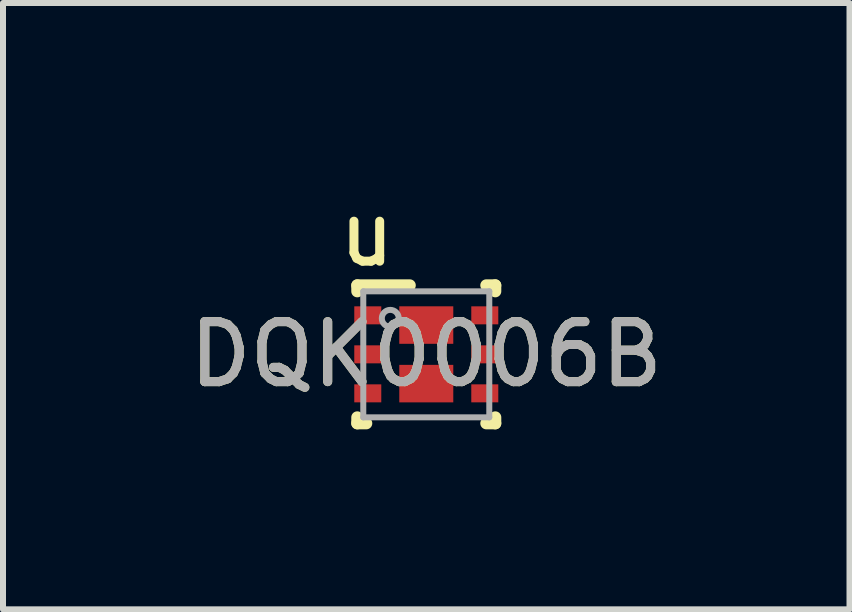
<source format=kicad_pcb>
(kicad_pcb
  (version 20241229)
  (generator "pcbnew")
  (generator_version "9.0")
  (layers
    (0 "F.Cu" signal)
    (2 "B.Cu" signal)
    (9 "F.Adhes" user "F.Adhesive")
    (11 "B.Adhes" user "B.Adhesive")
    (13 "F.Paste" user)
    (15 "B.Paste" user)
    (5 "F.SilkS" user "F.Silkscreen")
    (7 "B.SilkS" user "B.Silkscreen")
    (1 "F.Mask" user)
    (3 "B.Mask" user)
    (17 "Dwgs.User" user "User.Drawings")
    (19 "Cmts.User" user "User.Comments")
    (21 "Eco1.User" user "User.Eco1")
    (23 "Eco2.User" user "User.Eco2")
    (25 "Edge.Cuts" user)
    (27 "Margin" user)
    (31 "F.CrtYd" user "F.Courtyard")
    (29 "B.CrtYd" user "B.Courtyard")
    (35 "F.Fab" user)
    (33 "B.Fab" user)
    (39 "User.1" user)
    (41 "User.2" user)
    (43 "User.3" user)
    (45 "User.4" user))
  (footprint "DQK0006B"
    (layer "F.Cu")
    (at 4.054 2.855)
    (property "Reference" "DQK0006B" (at 0 0 0) (unlocked yes) (layer "F.SilkS") (effects (font (size 1 1) (thickness 0.15))))
    (attr smd)
    (fp_line (start -1.15 -1.15) (end -0.275 -1.15) (stroke (width 0.2) (type solid)) (layer "F.SilkS"))
    (fp_line (start -1.15 -1.05) (end -1.15 -1.15) (stroke (width 0.2) (type solid)) (layer "F.SilkS"))
    (fp_line (start -1.15 1.15) (end -1.15 1.05) (stroke (width 0.2) (type solid)) (layer "F.SilkS"))
    (fp_line (start -1.15 1.15) (end -1 1.15) (stroke (width 0.2) (type solid)) (layer "F.SilkS"))
    (fp_line (start 1 -1.15) (end 1.15 -1.15) (stroke (width 0.2) (type solid)) (layer "F.SilkS"))
    (fp_line (start 1 1.15) (end 1.15 1.15) (stroke (width 0.2) (type solid)) (layer "F.SilkS"))
    (fp_line (start 1.15 -1.05) (end 1.15 -1.15) (stroke (width 0.2) (type solid)) (layer "F.SilkS"))
    (fp_line (start 1.15 1.15) (end 1.15 1.05) (stroke (width 0.2) (type solid)) (layer "F.SilkS"))
    (fp_line (start -1.05 -1.05) (end 1.05 -1.05) (stroke (width 0.1) (type solid)) (layer "F.Fab"))
    (fp_line (start -1.05 1.05) (end -1.05 -1.05) (stroke (width 0.1) (type solid)) (layer "F.Fab"))
    (fp_line (start -1.05 1.05) (end 1.05 1.05) (stroke (width 0.1) (type solid)) (layer "F.Fab"))
    (fp_line (start 1.05 1.05) (end 1.05 -1.05) (stroke (width 0.1) (type solid)) (layer "F.Fab"))
    (fp_circle (center -0.6 -0.6) (end -0.459 -0.6) (stroke (width 0.1) (type solid)) (fill no) (layer "F.Fab"))
    (fp_text user "u" (at -0.991 -2.007 0) (unlocked yes) (layer "F.SilkS") (effects (font (size 1 1) (thickness 0.15))))
    (fp_text user "${REFERENCE}" (at 0 0 0) (unlocked yes) (layer "F.Fab") (effects (font (size 1 1) (thickness 0.15))))
    (pad "1" smd rect (at -0.975 -0.65) (size 0.45 0.3) (layers "F.Cu" "F.Mask" "F.Paste"))
    (pad "2" smd rect (at -0.975 0) (size 0.45 0.3) (layers "F.Cu" "F.Mask" "F.Paste"))
    (pad "3" smd rect (at -0.975 0.65) (size 0.45 0.3) (layers "F.Cu" "F.Mask" "F.Paste"))
    (pad "4" smd rect (at 0.975 0.65) (size 0.45 0.3) (layers "F.Cu" "F.Mask" "F.Paste"))
    (pad "5" smd rect (at 0.975 0) (size 0.45 0.3) (layers "F.Cu" "F.Mask" "F.Paste"))
    (pad "6" smd rect (at 0.975 -0.65) (size 0.45 0.3) (layers "F.Cu" "F.Mask" "F.Paste"))
    (pad "7" smd rect (at 0 -0.488) (size 0.9 0.625) (layers "F.Cu" "F.Mask" "F.Paste"))
    (pad "8" smd rect (at 0 0.488) (size 0.9 0.625) (layers "F.Cu" "F.Mask" "F.Paste")))
  (gr_rect
    (start -3 -3)
    (end 11.107 7.105)
    (stroke (width 0.1) (type default))
    (fill no)
    (layer "Edge.Cuts")))
</source>
